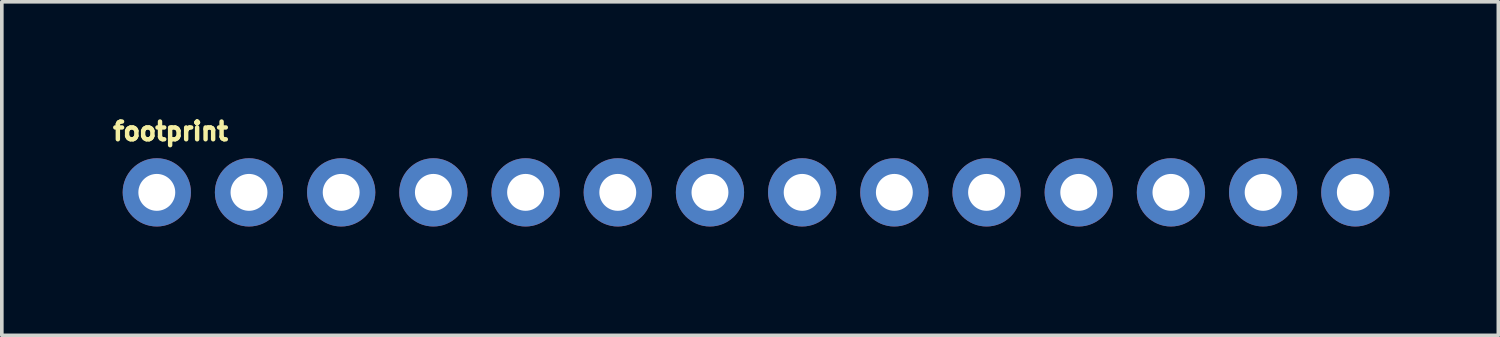
<source format=kicad_pcb>
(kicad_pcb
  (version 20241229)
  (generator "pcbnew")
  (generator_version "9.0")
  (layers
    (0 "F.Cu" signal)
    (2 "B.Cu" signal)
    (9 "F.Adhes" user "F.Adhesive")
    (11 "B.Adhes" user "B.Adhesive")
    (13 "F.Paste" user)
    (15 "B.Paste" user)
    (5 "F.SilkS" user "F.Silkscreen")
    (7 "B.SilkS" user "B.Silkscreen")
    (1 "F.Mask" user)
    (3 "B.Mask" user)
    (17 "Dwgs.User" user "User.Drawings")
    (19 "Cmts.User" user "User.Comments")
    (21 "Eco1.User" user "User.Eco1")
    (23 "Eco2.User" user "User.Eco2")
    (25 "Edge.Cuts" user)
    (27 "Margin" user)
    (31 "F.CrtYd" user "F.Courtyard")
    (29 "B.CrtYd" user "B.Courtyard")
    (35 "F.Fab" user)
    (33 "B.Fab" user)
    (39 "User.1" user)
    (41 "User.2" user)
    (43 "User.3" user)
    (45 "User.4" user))
  (footprint "footprint"
    (layer "F.Cu")
    (at 1.27 2.25)
    (property "Reference" "footprint" (at -1.27 -1.397 0) (layer "F.SilkS") (effects (font (size 0.488 0.488) (thickness 0.122)) (justify left bottom)))
    (fp_poly (pts (xy -0.254 0.254) (xy 0.254 0.254) (xy 0.254 -0.254) (xy -0.254 -0.254)) (stroke (width 0.1) (type solid)) (fill no) (layer "F.Fab"))
    (fp_poly (pts (xy 2.286 0.254) (xy 2.794 0.254) (xy 2.794 -0.254) (xy 2.286 -0.254)) (stroke (width 0.1) (type solid)) (fill no) (layer "F.Fab"))
    (fp_poly (pts (xy 4.826 0.254) (xy 5.334 0.254) (xy 5.334 -0.254) (xy 4.826 -0.254)) (stroke (width 0.1) (type solid)) (fill no) (layer "F.Fab"))
    (fp_poly (pts (xy 7.366 0.254) (xy 7.874 0.254) (xy 7.874 -0.254) (xy 7.366 -0.254)) (stroke (width 0.1) (type solid)) (fill no) (layer "F.Fab"))
    (fp_poly (pts (xy 9.906 0.254) (xy 10.414 0.254) (xy 10.414 -0.254) (xy 9.906 -0.254)) (stroke (width 0.1) (type solid)) (fill no) (layer "F.Fab"))
    (fp_poly (pts (xy 12.446 0.254) (xy 12.954 0.254) (xy 12.954 -0.254) (xy 12.446 -0.254)) (stroke (width 0.1) (type solid)) (fill no) (layer "F.Fab"))
    (fp_poly (pts (xy 14.986 0.254) (xy 15.494 0.254) (xy 15.494 -0.254) (xy 14.986 -0.254)) (stroke (width 0.1) (type solid)) (fill no) (layer "F.Fab"))
    (fp_poly (pts (xy 17.526 0.254) (xy 18.034 0.254) (xy 18.034 -0.254) (xy 17.526 -0.254)) (stroke (width 0.1) (type solid)) (fill no) (layer "F.Fab"))
    (fp_poly (pts (xy 20.066 0.254) (xy 20.574 0.254) (xy 20.574 -0.254) (xy 20.066 -0.254)) (stroke (width 0.1) (type solid)) (fill no) (layer "F.Fab"))
    (fp_poly (pts (xy 22.606 0.254) (xy 23.114 0.254) (xy 23.114 -0.254) (xy 22.606 -0.254)) (stroke (width 0.1) (type solid)) (fill no) (layer "F.Fab"))
    (fp_poly (pts (xy 25.146 0.254) (xy 25.654 0.254) (xy 25.654 -0.254) (xy 25.146 -0.254)) (stroke (width 0.1) (type solid)) (fill no) (layer "F.Fab"))
    (fp_poly (pts (xy 27.686 0.254) (xy 28.194 0.254) (xy 28.194 -0.254) (xy 27.686 -0.254)) (stroke (width 0.1) (type solid)) (fill no) (layer "F.Fab"))
    (fp_poly (pts (xy 30.226 0.254) (xy 30.734 0.254) (xy 30.734 -0.254) (xy 30.226 -0.254)) (stroke (width 0.1) (type solid)) (fill no) (layer "F.Fab"))
    (fp_poly (pts (xy 32.766 0.254) (xy 33.274 0.254) (xy 33.274 -0.254) (xy 32.766 -0.254)) (stroke (width 0.1) (type solid)) (fill no) (layer "F.Fab"))
    (pad "1" thru_hole circle (at 0 0 90) (size 1.88 1.88) (drill 1.016) (layers "*.Cu" "*.Mask"))
    (pad "2" thru_hole circle (at 2.54 0 90) (size 1.88 1.88) (drill 1.016) (layers "*.Cu" "*.Mask"))
    (pad "3" thru_hole circle (at 5.08 0 90) (size 1.88 1.88) (drill 1.016) (layers "*.Cu" "*.Mask"))
    (pad "4" thru_hole circle (at 7.62 0 90) (size 1.88 1.88) (drill 1.016) (layers "*.Cu" "*.Mask"))
    (pad "5" thru_hole circle (at 10.16 0 90) (size 1.88 1.88) (drill 1.016) (layers "*.Cu" "*.Mask"))
    (pad "6" thru_hole circle (at 12.7 0 90) (size 1.88 1.88) (drill 1.016) (layers "*.Cu" "*.Mask"))
    (pad "7" thru_hole circle (at 15.24 0 90) (size 1.88 1.88) (drill 1.016) (layers "*.Cu" "*.Mask"))
    (pad "8" thru_hole circle (at 17.78 0 90) (size 1.88 1.88) (drill 1.016) (layers "*.Cu" "*.Mask"))
    (pad "9" thru_hole circle (at 20.32 0 90) (size 1.88 1.88) (drill 1.016) (layers "*.Cu" "*.Mask"))
    (pad "10" thru_hole circle (at 22.86 0 90) (size 1.88 1.88) (drill 1.016) (layers "*.Cu" "*.Mask"))
    (pad "11" thru_hole circle (at 25.4 0 90) (size 1.88 1.88) (drill 1.016) (layers "*.Cu" "*.Mask"))
    (pad "12" thru_hole circle (at 27.94 0 90) (size 1.88 1.88) (drill 1.016) (layers "*.Cu" "*.Mask"))
    (pad "13" thru_hole circle (at 30.48 0 90) (size 1.88 1.88) (drill 1.016) (layers "*.Cu" "*.Mask"))
    (pad "14" thru_hole circle (at 33.02 0 90) (size 1.88 1.88) (drill 1.016) (layers "*.Cu" "*.Mask")))
  (gr_rect
    (start -3 -3)
    (end 38.23 6.19)
    (stroke (width 0.1) (type default))
    (fill no)
    (layer "Edge.Cuts")))
</source>
